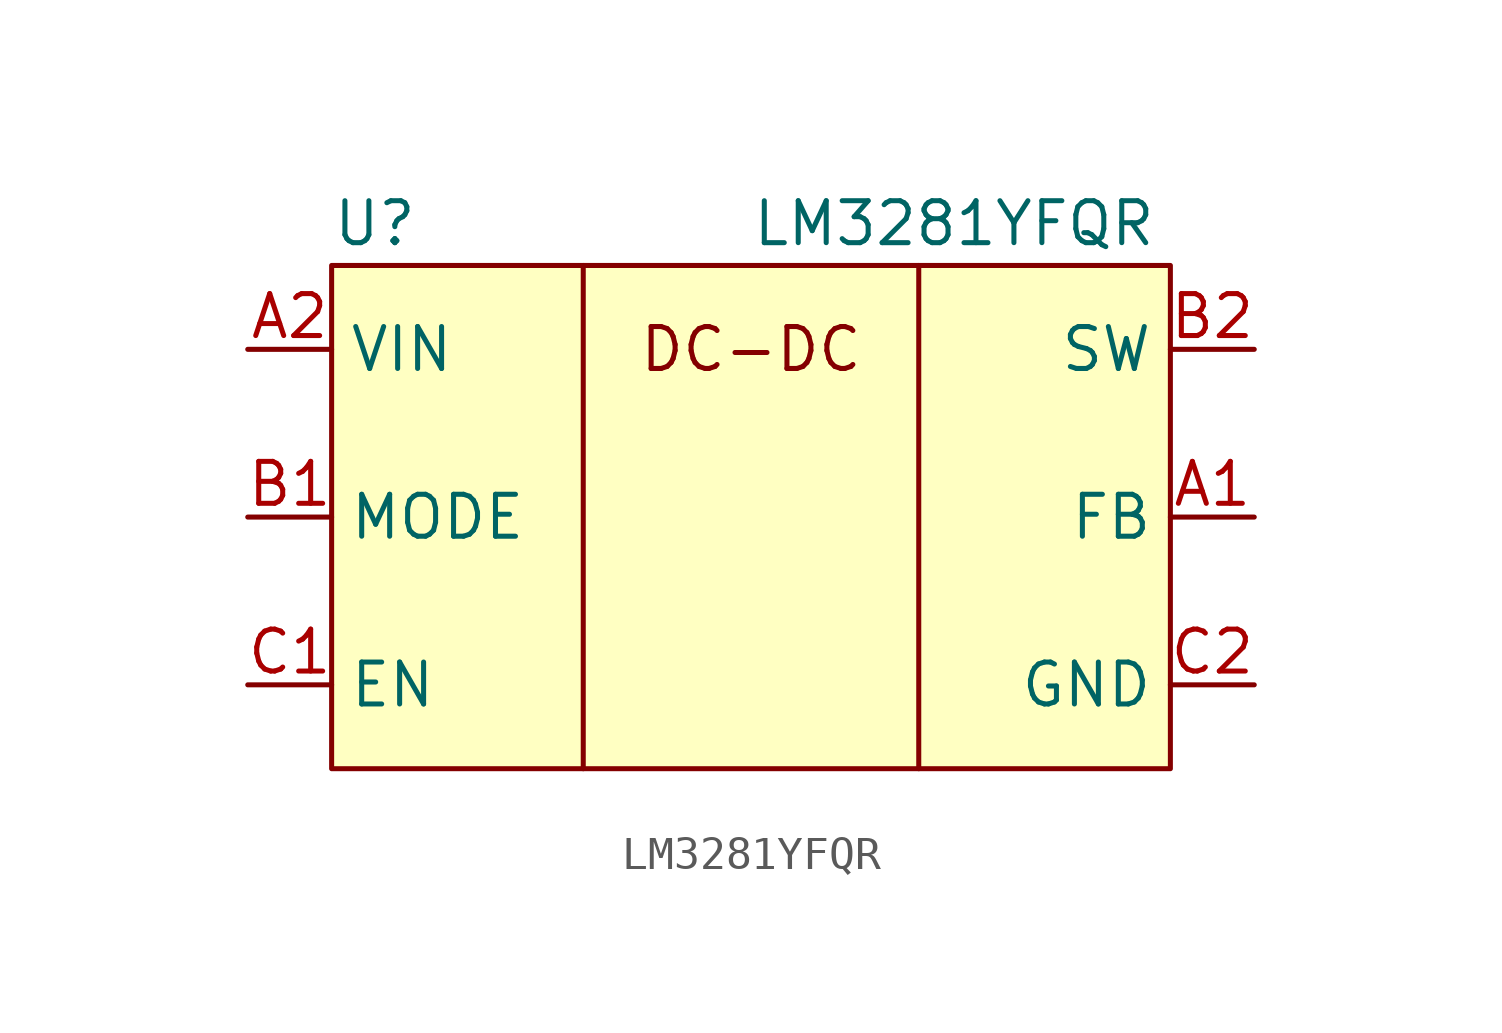
<source format=kicad_sym>
(kicad_symbol_lib
  (version 20231120)
  (generator "kicad_symbol_editor")
  (generator_version "8.0")
  (symbol "LM3281YFQR"
    (property "Reference" "U"
      (at 0 1.27 0)
      (do_not_autoplace)
      (effects (font (size 1.27 1.27)) (justify left)))
    (property "Value" "LM3281YFQR"
      (at 12.7 1.27 0)
      (do_not_autoplace)
      (effects (font (size 1.27 1.27)) (justify left)))
    (symbol "LM3281YFQR_0_1"
      (polyline (pts (xy 7.62 0) (xy 7.62 -15.24)) (stroke (width 0) (type default)) (fill (type none)))
      (polyline (pts (xy 17.78 0) (xy 17.78 -15.24)) (stroke (width 0) (type default)) (fill (type none))))
    (symbol "LM3281YFQR_1_1"
      (rectangle (start 0 0) (end 25.4 -15.24) (stroke (width 0) (type default)) (fill (type background)))
      (text "DC-DC" (at 12.7 -2.54 0) (effects (font (size 1.27 1.27))))
      (pin unspecified line (at 27.94 -7.62 180) (length 2.54) (name "FB" (effects (font (size 1.27 1.27)))) (number "A1" (effects (font (size 1.27 1.27)))))
      (pin unspecified line (at -2.54 -2.54 0) (length 2.54) (name "VIN" (effects (font (size 1.27 1.27)))) (number "A2" (effects (font (size 1.27 1.27)))))
      (pin unspecified line (at -2.54 -7.62 0) (length 2.54) (name "MODE" (effects (font (size 1.27 1.27)))) (number "B1" (effects (font (size 1.27 1.27)))))
      (pin unspecified line (at 27.94 -2.54 180) (length 2.54) (name "SW" (effects (font (size 1.27 1.27)))) (number "B2" (effects (font (size 1.27 1.27)))))
      (pin unspecified line (at -2.54 -12.7 0) (length 2.54) (name "EN" (effects (font (size 1.27 1.27)))) (number "C1" (effects (font (size 1.27 1.27)))))
      (pin unspecified line (at 27.94 -12.7 180) (length 2.54) (name "GND" (effects (font (size 1.27 1.27)))) (number "C2" (effects (font (size 1.27 1.27))))))))
</source>
